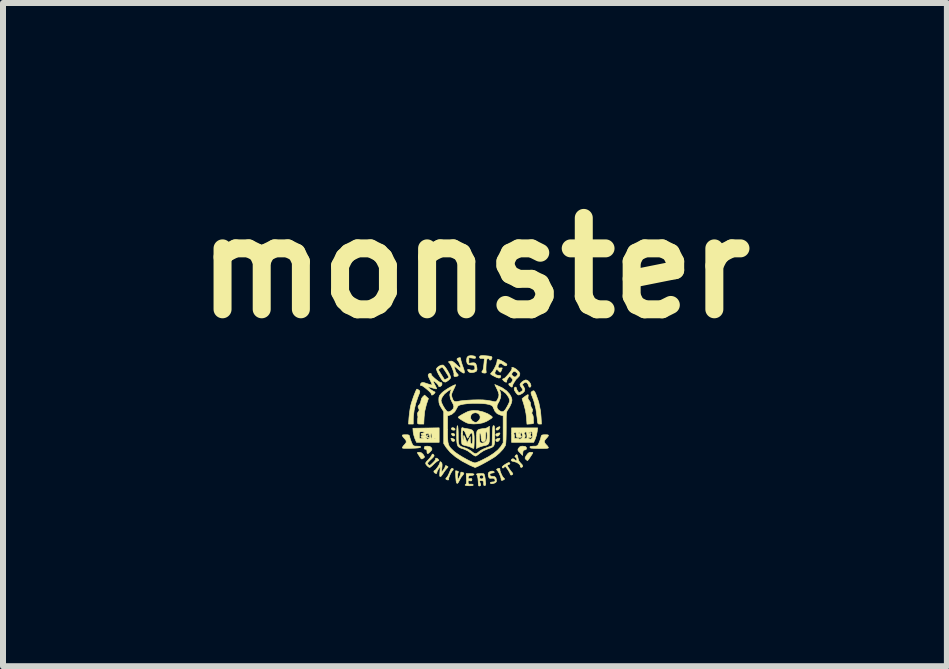
<source format=kicad_pcb>
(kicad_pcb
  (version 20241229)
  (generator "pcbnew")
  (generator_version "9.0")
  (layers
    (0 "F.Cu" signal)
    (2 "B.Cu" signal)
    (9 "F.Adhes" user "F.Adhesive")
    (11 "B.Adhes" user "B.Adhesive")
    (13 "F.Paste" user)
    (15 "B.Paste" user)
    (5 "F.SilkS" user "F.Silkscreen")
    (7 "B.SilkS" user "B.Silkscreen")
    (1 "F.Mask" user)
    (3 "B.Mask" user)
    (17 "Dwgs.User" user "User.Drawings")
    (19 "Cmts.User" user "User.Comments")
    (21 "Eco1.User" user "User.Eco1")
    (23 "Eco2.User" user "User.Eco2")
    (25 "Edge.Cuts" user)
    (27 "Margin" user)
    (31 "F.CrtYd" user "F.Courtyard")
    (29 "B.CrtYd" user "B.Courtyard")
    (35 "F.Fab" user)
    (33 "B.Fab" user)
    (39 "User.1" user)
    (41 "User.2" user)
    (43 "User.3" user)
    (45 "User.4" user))
  (footprint "monster"
    (layer "F.Cu")
    (at 5.124 4.212)
    (property "Reference" "monster" (at -0.254 -2.794 0) (layer "F.SilkS") (effects (font (size 1.524 1.524) (thickness 0.3))))
    (attr through_hole)
    (fp_poly (pts (xy -1.033 -0.008) (xy -1.035 -0.001) (xy -1.041 0) (xy -1.052 -0.005) (xy -1.05 -0.008) (xy -1.035 -0.01) (xy -1.033 -0.008)) (stroke (width 0.01) (type solid)) (fill yes) (layer "F.SilkS"))
    (fp_poly (pts (xy -0.597 -0.026) (xy -0.591 -0.014) (xy -0.599 0.006) (xy -0.619 0.007) (xy -0.632 -0.002) (xy -0.647 -0.024) (xy -0.639 -0.036) (xy -0.619 -0.036) (xy -0.597 -0.026)) (stroke (width 0.01) (type solid)) (fill yes) (layer "F.SilkS"))
    (fp_poly (pts (xy -0.593 -0.119) (xy -0.585 -0.104) (xy -0.594 -0.091) (xy -0.607 -0.089) (xy -0.632 -0.093) (xy -0.639 -0.097) (xy -0.649 -0.117) (xy -0.637 -0.13) (xy -0.616 -0.13) (xy -0.593 -0.119)) (stroke (width 0.01) (type solid)) (fill yes) (layer "F.SilkS"))
    (fp_poly (pts (xy 0.163 -0.137) (xy 0.152 -0.113) (xy 0.132 -0.093) (xy 0.109 -0.09) (xy 0.096 -0.1) (xy 0.099 -0.117) (xy 0.122 -0.134) (xy 0.143 -0.144) (xy 0.161 -0.147) (xy 0.163 -0.137)) (stroke (width 0.01) (type solid)) (fill yes) (layer "F.SilkS"))
    (fp_poly (pts (xy 0.163 -0.036) (xy 0.152 -0.012) (xy 0.132 0.009) (xy 0.109 0.011) (xy 0.095 0) (xy 0.093 -0.021) (xy 0.115 -0.036) (xy 0.133 -0.041) (xy 0.158 -0.044) (xy 0.163 -0.036)) (stroke (width 0.01) (type solid)) (fill yes) (layer "F.SilkS"))
    (fp_poly (pts (xy 0.163 0.053) (xy 0.152 0.077) (xy 0.132 0.098) (xy 0.109 0.1) (xy 0.095 0.089) (xy 0.093 0.068) (xy 0.115 0.053) (xy 0.133 0.048) (xy 0.158 0.045) (xy 0.163 0.053)) (stroke (width 0.01) (type solid)) (fill yes) (layer "F.SilkS"))
    (fp_poly (pts (xy -0.626 0.05) (xy -0.626 0.05) (xy -0.6 0.063) (xy -0.591 0.081) (xy -0.602 0.095) (xy -0.613 0.099) (xy -0.635 0.093) (xy -0.643 0.08) (xy -0.652 0.057) (xy -0.656 0.049) (xy -0.649 0.045) (xy -0.626 0.05)) (stroke (width 0.01) (type solid)) (fill yes) (layer "F.SilkS"))
    (fp_poly (pts (xy -1.15 0.287) (xy -1.121 0.312) (xy -1.116 0.319) (xy -1.099 0.346) (xy -1.096 0.361) (xy -1.106 0.372) (xy -1.112 0.376) (xy -1.136 0.391) (xy -1.151 0.388) (xy -1.167 0.365) (xy -1.189 0.331) (xy -1.204 0.308) (xy -1.215 0.288) (xy -1.208 0.281) (xy -1.183 0.279) (xy -1.15 0.287)) (stroke (width 0.01) (type solid)) (fill yes) (layer "F.SilkS"))
    (fp_poly (pts (xy 0.585 0.183) (xy 0.602 0.198) (xy 0.604 0.226) (xy 0.584 0.24) (xy 0.572 0.241) (xy 0.554 0.248) (xy 0.545 0.272) (xy 0.544 0.287) (xy 0.54 0.332) (xy 0.497 0.287) (xy 0.471 0.26) (xy 0.462 0.242) (xy 0.465 0.226) (xy 0.475 0.21) (xy 0.496 0.187) (xy 0.527 0.178) (xy 0.545 0.178) (xy 0.585 0.183)) (stroke (width 0.01) (type solid)) (fill yes) (layer "F.SilkS"))
    (fp_poly (pts (xy 0.701 0.281) (xy 0.711 0.286) (xy 0.705 0.3) (xy 0.688 0.327) (xy 0.667 0.359) (xy 0.646 0.39) (xy 0.629 0.412) (xy 0.622 0.419) (xy 0.609 0.411) (xy 0.594 0.398) (xy 0.583 0.384) (xy 0.583 0.368) (xy 0.596 0.344) (xy 0.606 0.328) (xy 0.632 0.296) (xy 0.657 0.281) (xy 0.675 0.279) (xy 0.701 0.281)) (stroke (width 0.01) (type solid)) (fill yes) (layer "F.SilkS"))
    (fp_poly (pts (xy -1.005 0.183) (xy -0.982 0.202) (xy -0.98 0.205) (xy -0.971 0.224) (xy -0.976 0.242) (xy -0.998 0.267) (xy -0.998 0.268) (xy -1.028 0.296) (xy -1.045 0.302) (xy -1.053 0.288) (xy -1.054 0.267) (xy -1.058 0.239) (xy -1.073 0.229) (xy -1.081 0.229) (xy -1.1 0.223) (xy -1.1 0.209) (xy -1.093 0.188) (xy -1.092 0.183) (xy -1.081 0.18) (xy -1.053 0.178) (xy -1.044 0.178) (xy -1.005 0.183)) (stroke (width 0.01) (type solid)) (fill yes) (layer "F.SilkS"))
    (fp_poly (pts (xy -0.622 0.551) (xy -0.616 0.558) (xy -0.618 0.574) (xy -0.622 0.578) (xy -0.637 0.594) (xy -0.655 0.624) (xy -0.673 0.66) (xy -0.687 0.694) (xy -0.693 0.718) (xy -0.692 0.723) (xy -0.692 0.738) (xy -0.707 0.742) (xy -0.727 0.735) (xy -0.741 0.725) (xy -0.737 0.712) (xy -0.724 0.699) (xy -0.706 0.673) (xy -0.687 0.634) (xy -0.677 0.61) (xy -0.658 0.567) (xy -0.639 0.547) (xy -0.622 0.551)) (stroke (width 0.01) (type solid)) (fill yes) (layer "F.SilkS"))
    (fp_poly (pts (xy 0.159 0.55) (xy 0.162 0.562) (xy 0.163 0.585) (xy 0.175 0.62) (xy 0.192 0.659) (xy 0.211 0.692) (xy 0.226 0.709) (xy 0.24 0.723) (xy 0.233 0.734) (xy 0.229 0.737) (xy 0.202 0.748) (xy 0.184 0.746) (xy 0.182 0.732) (xy 0.18 0.711) (xy 0.169 0.677) (xy 0.153 0.638) (xy 0.134 0.603) (xy 0.118 0.58) (xy 0.114 0.578) (xy 0.106 0.567) (xy 0.116 0.557) (xy 0.141 0.547) (xy 0.159 0.55)) (stroke (width 0.01) (type solid)) (fill yes) (layer "F.SilkS"))
    (fp_poly (pts (xy 0.73 -0.744) (xy 0.745 -0.725) (xy 0.762 -0.689) (xy 0.809 -0.556) (xy 0.839 -0.408) (xy 0.847 -0.321) (xy 0.855 -0.191) (xy 0.823 -0.191) (xy 0.807 -0.192) (xy 0.797 -0.199) (xy 0.79 -0.218) (xy 0.786 -0.252) (xy 0.782 -0.295) (xy 0.762 -0.443) (xy 0.728 -0.575) (xy 0.705 -0.638) (xy 0.688 -0.68) (xy 0.681 -0.706) (xy 0.682 -0.721) (xy 0.692 -0.731) (xy 0.694 -0.733) (xy 0.715 -0.746) (xy 0.73 -0.744)) (stroke (width 0.01) (type solid)) (fill yes) (layer "F.SilkS"))
    (fp_poly (pts (xy -1.206 -0.767) (xy -1.189 -0.756) (xy -1.178 -0.746) (xy -1.174 -0.733) (xy -1.177 -0.713) (xy -1.19 -0.68) (xy -1.204 -0.645) (xy -1.241 -0.537) (xy -1.268 -0.423) (xy -1.281 -0.314) (xy -1.283 -0.274) (xy -1.283 -0.191) (xy -1.362 -0.191) (xy -1.354 -0.302) (xy -1.347 -0.366) (xy -1.338 -0.432) (xy -1.328 -0.489) (xy -1.326 -0.495) (xy -1.315 -0.54) (xy -1.298 -0.591) (xy -1.28 -0.645) (xy -1.26 -0.696) (xy -1.243 -0.738) (xy -1.229 -0.766) (xy -1.221 -0.774) (xy -1.206 -0.767)) (stroke (width 0.01) (type solid)) (fill yes) (layer "F.SilkS"))
    (fp_poly (pts (xy -1.062 -0.645) (xy -1.03 -0.616) (xy -1.063 -0.521) (xy -1.091 -0.408) (xy -1.102 -0.308) (xy -1.108 -0.191) (xy -1.161 -0.191) (xy -1.194 -0.192) (xy -1.209 -0.199) (xy -1.212 -0.22) (xy -1.212 -0.238) (xy -1.21 -0.273) (xy -1.207 -0.296) (xy -1.206 -0.298) (xy -1.206 -0.319) (xy -1.211 -0.341) (xy -1.213 -0.373) (xy -1.199 -0.395) (xy -1.185 -0.416) (xy -1.187 -0.438) (xy -1.194 -0.451) (xy -1.204 -0.476) (xy -1.198 -0.495) (xy -1.183 -0.512) (xy -1.163 -0.545) (xy -1.155 -0.579) (xy -1.144 -0.619) (xy -1.125 -0.645) (xy -1.094 -0.674) (xy -1.062 -0.645)) (stroke (width 0.01) (type solid)) (fill yes) (layer "F.SilkS"))
    (fp_poly (pts (xy 0.33 0.467) (xy 0.318 0.481) (xy 0.304 0.486) (xy 0.289 0.492) (xy 0.286 0.501) (xy 0.295 0.52) (xy 0.313 0.548) (xy 0.337 0.583) (xy 0.358 0.61) (xy 0.366 0.618) (xy 0.377 0.637) (xy 0.375 0.647) (xy 0.358 0.659) (xy 0.341 0.657) (xy 0.334 0.644) (xy 0.328 0.625) (xy 0.31 0.593) (xy 0.292 0.565) (xy 0.268 0.532) (xy 0.253 0.517) (xy 0.243 0.517) (xy 0.233 0.528) (xy 0.215 0.543) (xy 0.202 0.537) (xy 0.2 0.524) (xy 0.218 0.504) (xy 0.247 0.483) (xy 0.281 0.463) (xy 0.307 0.451) (xy 0.318 0.451) (xy 0.33 0.467)) (stroke (width 0.01) (type solid)) (fill yes) (layer "F.SilkS"))
    (fp_poly (pts (xy -0.566 0.589) (xy -0.548 0.593) (xy -0.529 0.602) (xy -0.533 0.615) (xy -0.534 0.617) (xy -0.542 0.639) (xy -0.544 0.675) (xy -0.544 0.688) (xy -0.54 0.743) (xy -0.513 0.692) (xy -0.498 0.658) (xy -0.491 0.632) (xy -0.492 0.625) (xy -0.488 0.612) (xy -0.47 0.611) (xy -0.447 0.621) (xy -0.439 0.632) (xy -0.448 0.65) (xy -0.46 0.665) (xy -0.486 0.698) (xy -0.51 0.74) (xy -0.514 0.749) (xy -0.534 0.786) (xy -0.55 0.8) (xy -0.562 0.789) (xy -0.569 0.754) (xy -0.574 0.695) (xy -0.576 0.647) (xy -0.577 0.61) (xy -0.577 0.59) (xy -0.577 0.588) (xy -0.566 0.589)) (stroke (width 0.01) (type solid)) (fill yes) (layer "F.SilkS"))
    (fp_poly (pts (xy -1.374 -0.012) (xy -1.355 -0.006) (xy -1.345 0.01) (xy -1.342 0.027) (xy -1.331 0.063) (xy -1.315 0.107) (xy -1.309 0.122) (xy -1.293 0.155) (xy -1.278 0.171) (xy -1.255 0.177) (xy -1.219 0.178) (xy -1.178 0.18) (xy -1.16 0.187) (xy -1.159 0.194) (xy -1.171 0.201) (xy -1.202 0.207) (xy -1.254 0.211) (xy -1.319 0.213) (xy -1.384 0.214) (xy -1.427 0.214) (xy -1.453 0.212) (xy -1.464 0.208) (xy -1.465 0.201) (xy -1.462 0.194) (xy -1.444 0.168) (xy -1.424 0.147) (xy -1.4 0.115) (xy -1.403 0.083) (xy -1.424 0.056) (xy -1.448 0.03) (xy -1.462 0.01) (xy -1.467 -0.004) (xy -1.458 -0.01) (xy -1.431 -0.013) (xy -1.412 -0.013) (xy -1.374 -0.012)) (stroke (width 0.01) (type solid)) (fill yes) (layer "F.SilkS"))
    (fp_poly (pts (xy 0.45 0.324) (xy 0.459 0.351) (xy 0.463 0.374) (xy 0.477 0.423) (xy 0.506 0.46) (xy 0.51 0.463) (xy 0.535 0.491) (xy 0.542 0.513) (xy 0.541 0.515) (xy 0.526 0.532) (xy 0.507 0.527) (xy 0.502 0.521) (xy 0.5 0.509) (xy 0.503 0.508) (xy 0.502 0.5) (xy 0.487 0.481) (xy 0.482 0.476) (xy 0.446 0.45) (xy 0.404 0.436) (xy 0.364 0.427) (xy 0.349 0.415) (xy 0.356 0.399) (xy 0.362 0.394) (xy 0.38 0.386) (xy 0.4 0.398) (xy 0.401 0.399) (xy 0.422 0.415) (xy 0.433 0.419) (xy 0.443 0.41) (xy 0.443 0.39) (xy 0.434 0.37) (xy 0.424 0.363) (xy 0.411 0.353) (xy 0.419 0.337) (xy 0.419 0.336) (xy 0.437 0.32) (xy 0.45 0.324)) (stroke (width 0.01) (type solid)) (fill yes) (layer "F.SilkS"))
    (fp_poly (pts (xy 0.635 -0.673) (xy 0.631 -0.649) (xy 0.629 -0.615) (xy 0.645 -0.59) (xy 0.648 -0.587) (xy 0.669 -0.554) (xy 0.673 -0.522) (xy 0.679 -0.485) (xy 0.694 -0.456) (xy 0.694 -0.455) (xy 0.708 -0.432) (xy 0.703 -0.406) (xy 0.701 -0.4) (xy 0.693 -0.373) (xy 0.703 -0.353) (xy 0.704 -0.352) (xy 0.715 -0.328) (xy 0.72 -0.293) (xy 0.72 -0.285) (xy 0.72 -0.247) (xy 0.724 -0.219) (xy 0.724 -0.216) (xy 0.722 -0.203) (xy 0.703 -0.196) (xy 0.672 -0.193) (xy 0.613 -0.189) (xy 0.605 -0.297) (xy 0.597 -0.365) (xy 0.582 -0.441) (xy 0.564 -0.508) (xy 0.564 -0.51) (xy 0.531 -0.614) (xy 0.561 -0.638) (xy 0.591 -0.66) (xy 0.615 -0.675) (xy 0.631 -0.682) (xy 0.635 -0.673)) (stroke (width 0.01) (type solid)) (fill yes) (layer "F.SilkS"))
    (fp_poly (pts (xy 0.953 -0.012) (xy 0.969 -0.007) (xy 0.97 0.003) (xy 0.967 0.01) (xy 0.948 0.035) (xy 0.928 0.056) (xy 0.909 0.081) (xy 0.902 0.102) (xy 0.911 0.126) (xy 0.928 0.147) (xy 0.953 0.173) (xy 0.967 0.194) (xy 0.97 0.203) (xy 0.966 0.209) (xy 0.949 0.213) (xy 0.917 0.215) (xy 0.866 0.216) (xy 0.828 0.216) (xy 0.769 0.215) (xy 0.719 0.213) (xy 0.684 0.211) (xy 0.669 0.207) (xy 0.661 0.191) (xy 0.675 0.182) (xy 0.713 0.178) (xy 0.725 0.178) (xy 0.763 0.177) (xy 0.785 0.17) (xy 0.8 0.151) (xy 0.814 0.122) (xy 0.831 0.079) (xy 0.844 0.038) (xy 0.846 0.027) (xy 0.853 0.003) (xy 0.865 -0.008) (xy 0.89 -0.012) (xy 0.916 -0.013) (xy 0.953 -0.012)) (stroke (width 0.01) (type solid)) (fill yes) (layer "F.SilkS"))
    (fp_poly (pts (xy 0.059 0.599) (xy 0.064 0.604) (xy 0.068 0.616) (xy 0.052 0.622) (xy 0.036 0.625) (xy 0.006 0.631) (xy -0.006 0.647) (xy -0.006 0.654) (xy -0.001 0.672) (xy 0.02 0.679) (xy 0.034 0.679) (xy 0.074 0.685) (xy 0.095 0.705) (xy 0.104 0.742) (xy 0.103 0.77) (xy 0.086 0.787) (xy 0.07 0.794) (xy 0.039 0.803) (xy 0.016 0.804) (xy 0.016 0.804) (xy 0.000251 0.792) (xy 0.006 0.781) (xy 0.03 0.775) (xy 0.036 0.775) (xy 0.069 0.772) (xy 0.082 0.759) (xy 0.079 0.735) (xy 0.065 0.715) (xy 0.04 0.712) (xy 0.009 0.713) (xy -0.009 0.713) (xy -0.022 0.7) (xy -0.031 0.673) (xy -0.034 0.643) (xy -0.027 0.619) (xy -0.026 0.617) (xy -0.001 0.6) (xy 0.032 0.593) (xy 0.059 0.599)) (stroke (width 0.01) (type solid)) (fill yes) (layer "F.SilkS"))
    (fp_poly (pts (xy -0.332 0.635) (xy -0.291 0.637) (xy -0.272 0.643) (xy -0.27 0.651) (xy -0.285 0.662) (xy -0.315 0.667) (xy -0.319 0.667) (xy -0.349 0.67) (xy -0.363 0.683) (xy -0.366 0.697) (xy -0.366 0.718) (xy -0.353 0.722) (xy -0.338 0.719) (xy -0.314 0.716) (xy -0.305 0.728) (xy -0.305 0.737) (xy -0.309 0.755) (xy -0.327 0.757) (xy -0.337 0.755) (xy -0.36 0.752) (xy -0.368 0.765) (xy -0.368 0.781) (xy -0.365 0.804) (xy -0.352 0.812) (xy -0.328 0.811) (xy -0.297 0.812) (xy -0.283 0.822) (xy -0.287 0.832) (xy -0.312 0.837) (xy -0.348 0.838) (xy -0.387 0.836) (xy -0.413 0.831) (xy -0.419 0.826) (xy -0.409 0.813) (xy -0.405 0.813) (xy -0.398 0.801) (xy -0.395 0.764) (xy -0.396 0.724) (xy -0.4 0.635) (xy -0.332 0.635)) (stroke (width 0.01) (type solid)) (fill yes) (layer "F.SilkS"))
    (fp_poly (pts (xy -0.303 -1.331) (xy -0.264 -1.325) (xy -0.246 -1.312) (xy -0.244 -1.305) (xy -0.244 -1.292) (xy -0.257 -1.287) (xy -0.287 -1.289) (xy -0.298 -1.291) (xy -0.356 -1.299) (xy -0.356 -1.203) (xy -0.306 -1.211) (xy -0.269 -1.213) (xy -0.245 -1.203) (xy -0.231 -1.174) (xy -0.223 -1.136) (xy -0.22 -1.096) (xy -0.232 -1.071) (xy -0.261 -1.057) (xy -0.294 -1.05) (xy -0.331 -1.049) (xy -0.356 -1.061) (xy -0.363 -1.068) (xy -0.377 -1.091) (xy -0.372 -1.104) (xy -0.351 -1.101) (xy -0.345 -1.098) (xy -0.317 -1.09) (xy -0.288 -1.09) (xy -0.264 -1.096) (xy -0.256 -1.112) (xy -0.256 -1.134) (xy -0.261 -1.16) (xy -0.272 -1.171) (xy -0.298 -1.175) (xy -0.315 -1.175) (xy -0.357 -1.18) (xy -0.382 -1.197) (xy -0.392 -1.231) (xy -0.394 -1.259) (xy -0.387 -1.3) (xy -0.367 -1.324) (xy -0.328 -1.332) (xy -0.303 -1.331)) (stroke (width 0.01) (type solid)) (fill yes) (layer "F.SilkS"))
    (fp_poly (pts (xy -0.075 -1.33) (xy -0.031 -1.326) (xy 0.007 -1.32) (xy 0.025 -1.313) (xy 0.03 -1.3) (xy 0.028 -1.288) (xy 0.018 -1.267) (xy 0.002 -1.257) (xy -0.01 -1.26) (xy -0.013 -1.27) (xy -0.023 -1.281) (xy -0.036 -1.283) (xy -0.049 -1.279) (xy -0.057 -1.265) (xy -0.063 -1.236) (xy -0.068 -1.19) (xy -0.07 -1.141) (xy -0.071 -1.097) (xy -0.068 -1.07) (xy -0.068 -1.07) (xy -0.066 -1.05) (xy -0.079 -1.042) (xy -0.1 -1.041) (xy -0.131 -1.047) (xy -0.14 -1.06) (xy -0.133 -1.077) (xy -0.128 -1.079) (xy -0.121 -1.091) (xy -0.114 -1.121) (xy -0.108 -1.164) (xy -0.108 -1.165) (xy -0.103 -1.212) (xy -0.1 -1.25) (xy -0.097 -1.27) (xy -0.103 -1.283) (xy -0.128 -1.286) (xy -0.137 -1.286) (xy -0.165 -1.286) (xy -0.177 -1.297) (xy -0.178 -1.308) (xy -0.173 -1.323) (xy -0.157 -1.331) (xy -0.125 -1.334) (xy -0.075 -1.33)) (stroke (width 0.01) (type solid)) (fill yes) (layer "F.SilkS"))
    (fp_poly (pts (xy -0.954 0.311) (xy -0.944 0.32) (xy -0.936 0.332) (xy -0.938 0.345) (xy -0.953 0.365) (xy -0.985 0.396) (xy -0.99 0.4) (xy -1.023 0.433) (xy -1.041 0.453) (xy -1.045 0.467) (xy -1.038 0.48) (xy -1.033 0.485) (xy -1.02 0.497) (xy -1.008 0.498) (xy -0.99 0.487) (xy -0.961 0.459) (xy -0.957 0.455) (xy -0.929 0.426) (xy -0.912 0.403) (xy -0.909 0.392) (xy -0.911 0.379) (xy -0.898 0.377) (xy -0.879 0.385) (xy -0.87 0.394) (xy -0.856 0.412) (xy -0.86 0.419) (xy -0.865 0.419) (xy -0.883 0.428) (xy -0.912 0.45) (xy -0.94 0.476) (xy -0.971 0.506) (xy -0.997 0.527) (xy -1.01 0.533) (xy -1.028 0.525) (xy -1.052 0.504) (xy -1.052 0.504) (xy -1.072 0.479) (xy -1.077 0.459) (xy -1.064 0.437) (xy -1.034 0.406) (xy -1.004 0.373) (xy -0.982 0.342) (xy -0.976 0.331) (xy -0.966 0.31) (xy -0.954 0.311)) (stroke (width 0.01) (type solid)) (fill yes) (layer "F.SilkS"))
    (fp_poly (pts (xy -0.784 -1.174) (xy -0.765 -1.158) (xy -0.74 -1.127) (xy -0.714 -1.086) (xy -0.689 -1.042) (xy -0.67 -1.002) (xy -0.66 -0.972) (xy -0.66 -0.961) (xy -0.673 -0.943) (xy -0.698 -0.92) (xy -0.725 -0.901) (xy -0.746 -0.891) (xy -0.749 -0.891) (xy -0.766 -0.895) (xy -0.775 -0.897) (xy -0.792 -0.911) (xy -0.815 -0.942) (xy -0.84 -0.983) (xy -0.865 -1.027) (xy -0.885 -1.069) (xy -0.894 -1.098) (xy -0.866 -1.098) (xy -0.813 -1.013) (xy -0.76 -0.928) (xy -0.722 -0.947) (xy -0.698 -0.962) (xy -0.689 -0.974) (xy -0.69 -0.975) (xy -0.71 -1.011) (xy -0.735 -1.051) (xy -0.76 -1.09) (xy -0.782 -1.122) (xy -0.797 -1.14) (xy -0.8 -1.143) (xy -0.816 -1.136) (xy -0.838 -1.12) (xy -0.866 -1.098) (xy -0.894 -1.098) (xy -0.896 -1.101) (xy -0.896 -1.114) (xy -0.879 -1.137) (xy -0.848 -1.159) (xy -0.813 -1.173) (xy -0.785 -1.175) (xy -0.784 -1.174)) (stroke (width 0.01) (type solid)) (fill yes) (layer "F.SilkS"))
    (fp_poly (pts (xy -0.822 0.442) (xy -0.818 0.446) (xy -0.806 0.461) (xy -0.802 0.485) (xy -0.804 0.525) (xy -0.806 0.539) (xy -0.814 0.616) (xy -0.782 0.578) (xy -0.761 0.547) (xy -0.75 0.521) (xy -0.75 0.517) (xy -0.746 0.502) (xy -0.731 0.505) (xy -0.723 0.509) (xy -0.704 0.52) (xy -0.706 0.531) (xy -0.721 0.546) (xy -0.742 0.57) (xy -0.768 0.605) (xy -0.782 0.627) (xy -0.807 0.664) (xy -0.822 0.682) (xy -0.834 0.684) (xy -0.84 0.68) (xy -0.842 0.665) (xy -0.841 0.633) (xy -0.838 0.596) (xy -0.831 0.518) (xy -0.86 0.554) (xy -0.879 0.584) (xy -0.889 0.61) (xy -0.889 0.613) (xy -0.891 0.631) (xy -0.903 0.633) (xy -0.92 0.627) (xy -0.935 0.614) (xy -0.94 0.596) (xy -0.931 0.585) (xy -0.928 0.584) (xy -0.913 0.574) (xy -0.892 0.549) (xy -0.869 0.516) (xy -0.85 0.483) (xy -0.839 0.456) (xy -0.838 0.45) (xy -0.835 0.436) (xy -0.822 0.442)) (stroke (width 0.01) (type solid)) (fill yes) (layer "F.SilkS"))
    (fp_poly (pts (xy -0.2 -0.413) (xy -0.117 -0.393) (xy -0.039 -0.362) (xy 0.018 -0.325) (xy 0.035 -0.309) (xy 0.032 -0.297) (xy 0.018 -0.285) (xy -0.007 -0.269) (xy -0.044 -0.246) (xy -0.07 -0.232) (xy -0.129 -0.21) (xy -0.2 -0.197) (xy -0.275 -0.193) (xy -0.344 -0.198) (xy -0.383 -0.208) (xy -0.417 -0.224) (xy -0.456 -0.246) (xy -0.493 -0.269) (xy -0.521 -0.289) (xy -0.533 -0.303) (xy -0.533 -0.304) (xy -0.524 -0.314) (xy -0.328 -0.314) (xy -0.323 -0.278) (xy -0.301 -0.246) (xy -0.267 -0.225) (xy -0.244 -0.218) (xy -0.227 -0.222) (xy -0.204 -0.238) (xy -0.199 -0.242) (xy -0.172 -0.276) (xy -0.167 -0.313) (xy -0.18 -0.348) (xy -0.209 -0.372) (xy -0.248 -0.381) (xy -0.29 -0.371) (xy -0.317 -0.347) (xy -0.328 -0.314) (xy -0.524 -0.314) (xy -0.523 -0.315) (xy -0.496 -0.334) (xy -0.458 -0.356) (xy -0.416 -0.378) (xy -0.377 -0.397) (xy -0.351 -0.407) (xy -0.281 -0.418) (xy -0.2 -0.413)) (stroke (width 0.01) (type solid)) (fill yes) (layer "F.SilkS"))
    (fp_poly (pts (xy 0.625 -0.917) (xy 0.653 -0.891) (xy 0.673 -0.859) (xy 0.68 -0.829) (xy 0.678 -0.821) (xy 0.664 -0.804) (xy 0.649 -0.81) (xy 0.64 -0.83) (xy 0.629 -0.86) (xy 0.608 -0.883) (xy 0.592 -0.889) (xy 0.571 -0.881) (xy 0.554 -0.87) (xy 0.54 -0.857) (xy 0.539 -0.844) (xy 0.553 -0.822) (xy 0.558 -0.814) (xy 0.577 -0.775) (xy 0.573 -0.741) (xy 0.545 -0.71) (xy 0.528 -0.699) (xy 0.493 -0.68) (xy 0.469 -0.676) (xy 0.448 -0.691) (xy 0.426 -0.718) (xy 0.402 -0.758) (xy 0.4 -0.788) (xy 0.414 -0.807) (xy 0.43 -0.806) (xy 0.438 -0.788) (xy 0.438 -0.786) (xy 0.445 -0.763) (xy 0.459 -0.739) (xy 0.475 -0.719) (xy 0.49 -0.717) (xy 0.513 -0.731) (xy 0.538 -0.749) (xy 0.543 -0.764) (xy 0.531 -0.786) (xy 0.521 -0.8) (xy 0.503 -0.827) (xy 0.496 -0.847) (xy 0.496 -0.847) (xy 0.506 -0.87) (xy 0.531 -0.895) (xy 0.562 -0.916) (xy 0.592 -0.927) (xy 0.597 -0.927) (xy 0.625 -0.917)) (stroke (width 0.01) (type solid)) (fill yes) (layer "F.SilkS"))
    (fp_poly (pts (xy -0.115 0.636) (xy -0.106 0.639) (xy -0.097 0.655) (xy -0.089 0.689) (xy -0.085 0.714) (xy -0.08 0.757) (xy -0.076 0.793) (xy -0.074 0.806) (xy -0.079 0.829) (xy -0.091 0.835) (xy -0.105 0.833) (xy -0.11 0.813) (xy -0.11 0.798) (xy -0.111 0.768) (xy -0.123 0.756) (xy -0.145 0.751) (xy -0.168 0.751) (xy -0.176 0.761) (xy -0.171 0.785) (xy -0.159 0.814) (xy -0.161 0.834) (xy -0.174 0.841) (xy -0.187 0.842) (xy -0.195 0.832) (xy -0.198 0.806) (xy -0.2 0.765) (xy -0.204 0.719) (xy -0.209 0.692) (xy -0.178 0.692) (xy -0.173 0.716) (xy -0.152 0.724) (xy -0.146 0.724) (xy -0.122 0.719) (xy -0.114 0.698) (xy -0.114 0.692) (xy -0.12 0.668) (xy -0.14 0.661) (xy -0.146 0.66) (xy -0.17 0.666) (xy -0.178 0.686) (xy -0.178 0.692) (xy -0.209 0.692) (xy -0.21 0.683) (xy -0.217 0.665) (xy -0.228 0.648) (xy -0.227 0.642) (xy -0.21 0.637) (xy -0.179 0.634) (xy -0.143 0.634) (xy -0.115 0.636)) (stroke (width 0.01) (type solid)) (fill yes) (layer "F.SilkS"))
    (fp_poly (pts (xy 0.149 -1.264) (xy 0.183 -1.249) (xy 0.219 -1.23) (xy 0.253 -1.209) (xy 0.275 -1.192) (xy 0.279 -1.184) (xy 0.271 -1.165) (xy 0.249 -1.162) (xy 0.223 -1.175) (xy 0.217 -1.18) (xy 0.185 -1.203) (xy 0.158 -1.201) (xy 0.137 -1.174) (xy 0.137 -1.174) (xy 0.131 -1.143) (xy 0.145 -1.126) (xy 0.177 -1.127) (xy 0.181 -1.127) (xy 0.199 -1.128) (xy 0.199 -1.116) (xy 0.187 -1.089) (xy 0.183 -1.076) (xy 0.172 -1.057) (xy 0.157 -1.059) (xy 0.134 -1.082) (xy 0.117 -1.1) (xy 0.105 -1.1) (xy 0.094 -1.086) (xy 0.077 -1.05) (xy 0.083 -1.023) (xy 0.111 -1.007) (xy 0.143 -1.002) (xy 0.163 -1.001) (xy 0.175 -0.995) (xy 0.176 -0.982) (xy 0.165 -0.962) (xy 0.143 -0.958) (xy 0.106 -0.969) (xy 0.065 -0.989) (xy 0.028 -1.009) (xy 0.01 -1.022) (xy 0.007 -1.032) (xy 0.018 -1.045) (xy 0.022 -1.049) (xy 0.047 -1.079) (xy 0.072 -1.123) (xy 0.095 -1.171) (xy 0.11 -1.214) (xy 0.114 -1.238) (xy 0.118 -1.262) (xy 0.127 -1.27) (xy 0.149 -1.264)) (stroke (width 0.01) (type solid)) (fill yes) (layer "F.SilkS"))
    (fp_poly (pts (xy -0.495 -1.295) (xy -0.492 -1.276) (xy -0.489 -1.253) (xy -0.478 -1.214) (xy -0.462 -1.165) (xy -0.456 -1.15) (xy -0.436 -1.092) (xy -0.429 -1.056) (xy -0.436 -1.04) (xy -0.457 -1.045) (xy -0.493 -1.07) (xy -0.531 -1.103) (xy -0.567 -1.133) (xy -0.593 -1.152) (xy -0.606 -1.158) (xy -0.606 -1.156) (xy -0.597 -1.132) (xy -0.585 -1.096) (xy -0.583 -1.088) (xy -0.569 -1.055) (xy -0.554 -1.035) (xy -0.55 -1.032) (xy -0.537 -1.019) (xy -0.534 -1.001) (xy -0.543 -0.991) (xy -0.545 -0.991) (xy -0.567 -0.986) (xy -0.576 -0.983) (xy -0.596 -0.984) (xy -0.603 -0.99) (xy -0.606 -1.011) (xy -0.604 -1.015) (xy -0.604 -1.034) (xy -0.613 -1.068) (xy -0.628 -1.11) (xy -0.646 -1.152) (xy -0.664 -1.189) (xy -0.68 -1.211) (xy -0.683 -1.214) (xy -0.696 -1.226) (xy -0.689 -1.233) (xy -0.669 -1.239) (xy -0.645 -1.241) (xy -0.623 -1.233) (xy -0.594 -1.211) (xy -0.58 -1.198) (xy -0.536 -1.157) (xy -0.509 -1.134) (xy -0.495 -1.126) (xy -0.492 -1.134) (xy -0.497 -1.158) (xy -0.504 -1.177) (xy -0.519 -1.216) (xy -0.536 -1.245) (xy -0.544 -1.254) (xy -0.555 -1.273) (xy -0.543 -1.288) (xy -0.514 -1.298) (xy -0.495 -1.295)) (stroke (width 0.01) (type solid)) (fill yes) (layer "F.SilkS"))
    (fp_poly (pts (xy -0.013 -0.009) (xy -0.013 0.057) (xy -0.016 0.103) (xy -0.025 0.133) (xy -0.041 0.151) (xy -0.067 0.162) (xy -0.107 0.171) (xy -0.114 0.172) (xy -0.156 0.184) (xy -0.194 0.199) (xy -0.229 0.217) (xy -0.229 0.071) (xy -0.228 0.008) (xy -0.228 0.001) (xy -0.181 0.001) (xy -0.18 0.029) (xy -0.177 0.07) (xy -0.173 0.101) (xy -0.171 0.111) (xy -0.155 0.124) (xy -0.127 0.126) (xy -0.096 0.116) (xy -0.076 0.102) (xy -0.061 0.079) (xy -0.053 0.047) (xy -0.051 0) (xy -0.053 -0.041) (xy -0.058 -0.068) (xy -0.064 -0.076) (xy -0.07 -0.065) (xy -0.075 -0.034) (xy -0.076 0.006) (xy -0.078 0.053) (xy -0.083 0.081) (xy -0.093 0.096) (xy -0.1 0.101) (xy -0.126 0.105) (xy -0.144 0.087) (xy -0.152 0.044) (xy -0.152 0.023) (xy -0.156 -0.019) (xy -0.165 -0.037) (xy -0.168 -0.038) (xy -0.178 -0.029) (xy -0.181 0.001) (xy -0.228 0.001) (xy -0.227 -0.035) (xy -0.223 -0.062) (xy -0.217 -0.079) (xy -0.206 -0.09) (xy -0.2 -0.095) (xy -0.169 -0.107) (xy -0.128 -0.114) (xy -0.121 -0.114) (xy -0.08 -0.119) (xy -0.046 -0.131) (xy -0.041 -0.134) (xy -0.013 -0.154) (xy -0.013 -0.009)) (stroke (width 0.01) (type solid)) (fill yes) (layer "F.SilkS"))
    (fp_poly (pts (xy 0.065 -0.161) (xy 0.071 -0.147) (xy 0.074 -0.118) (xy 0.076 -0.072) (xy 0.076 -0.004) (xy 0.076 -0.002) (xy 0.076 0.071) (xy 0.073 0.123) (xy 0.065 0.159) (xy 0.051 0.182) (xy 0.026 0.199) (xy -0.01 0.213) (xy -0.043 0.224) (xy -0.108 0.252) (xy -0.166 0.29) (xy -0.172 0.295) (xy -0.205 0.321) (xy -0.233 0.339) (xy -0.246 0.343) (xy -0.265 0.335) (xy -0.296 0.315) (xy -0.323 0.293) (xy -0.38 0.253) (xy -0.442 0.225) (xy -0.448 0.224) (xy -0.49 0.21) (xy -0.52 0.195) (xy -0.54 0.175) (xy -0.551 0.144) (xy -0.557 0.099) (xy -0.559 0.035) (xy -0.559 -0.004) (xy -0.558 -0.074) (xy -0.555 -0.125) (xy -0.551 -0.157) (xy -0.546 -0.165) (xy -0.541 -0.153) (xy -0.537 -0.118) (xy -0.534 -0.063) (xy -0.533 -0.007) (xy -0.533 0.064) (xy -0.53 0.114) (xy -0.522 0.148) (xy -0.506 0.17) (xy -0.48 0.186) (xy -0.442 0.2) (xy -0.415 0.208) (xy -0.368 0.228) (xy -0.322 0.256) (xy -0.311 0.265) (xy -0.272 0.294) (xy -0.241 0.303) (xy -0.212 0.29) (xy -0.188 0.27) (xy -0.158 0.248) (xy -0.113 0.225) (xy -0.062 0.204) (xy -0.06 0.203) (xy 0.032 0.171) (xy 0.035 0.003) (xy 0.037 -0.067) (xy 0.04 -0.115) (xy 0.044 -0.145) (xy 0.049 -0.161) (xy 0.057 -0.165) (xy 0.058 -0.165) (xy 0.065 -0.161)) (stroke (width 0.01) (type solid)) (fill yes) (layer "F.SilkS"))
    (fp_poly (pts (xy 0.397 -1.128) (xy 0.429 -1.109) (xy 0.438 -1.103) (xy 0.479 -1.064) (xy 0.495 -1.029) (xy 0.487 -0.994) (xy 0.457 -0.961) (xy 0.433 -0.938) (xy 0.42 -0.922) (xy 0.419 -0.919) (xy 0.411 -0.904) (xy 0.4 -0.889) (xy 0.381 -0.858) (xy 0.375 -0.838) (xy 0.368 -0.812) (xy 0.358 -0.807) (xy 0.336 -0.821) (xy 0.331 -0.825) (xy 0.312 -0.845) (xy 0.31 -0.862) (xy 0.325 -0.872) (xy 0.33 -0.87) (xy 0.343 -0.875) (xy 0.361 -0.896) (xy 0.362 -0.897) (xy 0.375 -0.92) (xy 0.373 -0.937) (xy 0.355 -0.96) (xy 0.354 -0.96) (xy 0.325 -0.991) (xy 0.297 -0.956) (xy 0.28 -0.929) (xy 0.275 -0.907) (xy 0.276 -0.905) (xy 0.275 -0.891) (xy 0.259 -0.89) (xy 0.237 -0.901) (xy 0.222 -0.915) (xy 0.206 -0.934) (xy 0.209 -0.943) (xy 0.225 -0.948) (xy 0.245 -0.96) (xy 0.272 -0.986) (xy 0.302 -1.02) (xy 0.311 -1.031) (xy 0.358 -1.031) (xy 0.363 -1.007) (xy 0.384 -0.987) (xy 0.407 -0.975) (xy 0.424 -0.979) (xy 0.435 -0.988) (xy 0.453 -1.01) (xy 0.457 -1.024) (xy 0.448 -1.043) (xy 0.429 -1.059) (xy 0.407 -1.072) (xy 0.39 -1.068) (xy 0.379 -1.058) (xy 0.358 -1.031) (xy 0.311 -1.031) (xy 0.331 -1.056) (xy 0.352 -1.088) (xy 0.363 -1.111) (xy 0.363 -1.117) (xy 0.359 -1.133) (xy 0.372 -1.136) (xy 0.397 -1.128)) (stroke (width 0.01) (type solid)) (fill yes) (layer "F.SilkS"))
    (fp_poly (pts (xy -0.467 -0.132) (xy -0.446 -0.125) (xy -0.41 -0.117) (xy -0.383 -0.113) (xy -0.337 -0.105) (xy -0.304 -0.092) (xy -0.284 -0.072) (xy -0.273 -0.038) (xy -0.268 0.013) (xy -0.267 0.078) (xy -0.268 0.134) (xy -0.27 0.179) (xy -0.273 0.207) (xy -0.276 0.215) (xy -0.293 0.21) (xy -0.318 0.198) (xy -0.351 0.184) (xy -0.394 0.173) (xy -0.4 0.172) (xy -0.436 0.163) (xy -0.463 0.152) (xy -0.467 0.15) (xy -0.474 0.133) (xy -0.479 0.099) (xy -0.482 0.054) (xy -0.484 0.004) (xy -0.483 -0.037) (xy -0.461 -0.037) (xy -0.459 -0.004) (xy -0.456 0.042) (xy -0.451 0.076) (xy -0.445 0.093) (xy -0.44 0.088) (xy -0.439 0.064) (xy -0.44 0.042) (xy -0.442 0.011) (xy -0.439 -0.001) (xy -0.431 0.009) (xy -0.416 0.041) (xy -0.403 0.076) (xy -0.385 0.121) (xy -0.358 0.07) (xy -0.331 0.019) (xy -0.331 0.079) (xy -0.328 0.118) (xy -0.32 0.137) (xy -0.311 0.14) (xy -0.301 0.134) (xy -0.295 0.115) (xy -0.292 0.078) (xy -0.292 0.052) (xy -0.295 -0.003) (xy -0.303 -0.036) (xy -0.316 -0.045) (xy -0.333 -0.029) (xy -0.35 0.001) (xy -0.365 0.03) (xy -0.376 0.044) (xy -0.379 0.044) (xy -0.386 0.029) (xy -0.398 -0.001) (xy -0.405 -0.022) (xy -0.421 -0.058) (xy -0.437 -0.081) (xy -0.445 -0.086) (xy -0.455 -0.084) (xy -0.46 -0.069) (xy -0.461 -0.037) (xy -0.483 -0.037) (xy -0.483 -0.045) (xy -0.48 -0.088) (xy -0.476 -0.119) (xy -0.469 -0.132) (xy -0.467 -0.132)) (stroke (width 0.01) (type solid)) (fill yes) (layer "F.SilkS"))
    (fp_poly (pts (xy -0.988 -1.034) (xy -0.981 -1.023) (xy -0.984 -1.017) (xy -0.978 -1.004) (xy -0.957 -0.982) (xy -0.927 -0.954) (xy -0.893 -0.926) (xy -0.86 -0.901) (xy -0.835 -0.886) (xy -0.824 -0.883) (xy -0.811 -0.882) (xy -0.804 -0.866) (xy -0.806 -0.844) (xy -0.813 -0.832) (xy -0.835 -0.816) (xy -0.854 -0.815) (xy -0.864 -0.83) (xy -0.864 -0.831) (xy -0.872 -0.848) (xy -0.891 -0.87) (xy -0.916 -0.892) (xy -0.937 -0.907) (xy -0.949 -0.909) (xy -0.947 -0.896) (xy -0.935 -0.867) (xy -0.922 -0.843) (xy -0.904 -0.809) (xy -0.895 -0.785) (xy -0.894 -0.778) (xy -0.909 -0.778) (xy -0.939 -0.786) (xy -0.965 -0.794) (xy -1.002 -0.805) (xy -1.029 -0.81) (xy -1.036 -0.81) (xy -1.031 -0.799) (xy -1.011 -0.781) (xy -0.983 -0.76) (xy -0.954 -0.742) (xy -0.935 -0.732) (xy -0.919 -0.724) (xy -0.921 -0.713) (xy -0.934 -0.698) (xy -0.958 -0.678) (xy -0.975 -0.674) (xy -0.979 -0.679) (xy -0.983 -0.697) (xy -0.983 -0.697) (xy -0.993 -0.712) (xy -1.016 -0.737) (xy -1.048 -0.765) (xy -1.083 -0.794) (xy -1.114 -0.817) (xy -1.136 -0.831) (xy -1.143 -0.832) (xy -1.158 -0.831) (xy -1.163 -0.846) (xy -1.158 -0.865) (xy -1.152 -0.873) (xy -1.139 -0.882) (xy -1.122 -0.884) (xy -1.094 -0.879) (xy -1.053 -0.865) (xy -1.012 -0.852) (xy -0.982 -0.844) (xy -0.969 -0.843) (xy -0.971 -0.856) (xy -0.983 -0.885) (xy -1.002 -0.925) (xy -1.004 -0.928) (xy -1.024 -0.97) (xy -1.034 -0.997) (xy -1.033 -1.013) (xy -1.025 -1.026) (xy -1.006 -1.036) (xy -0.988 -1.034)) (stroke (width 0.01) (type solid)) (fill yes) (layer "F.SilkS"))
    (fp_poly (pts (xy -0.851 0.114) (xy -1.229 0.114) (xy -1.255 0.054) (xy -1.271 0.005) (xy -1.274 -0.006) (xy -1.181 -0.006) (xy -1.181 0.051) (xy -1.133 0.049) (xy -1.106 0.047) (xy -1.104 0.045) (xy -1.121 0.042) (xy -1.146 0.032) (xy -1.156 0.018) (xy -1.144 0.004) (xy -1.121 -0.002) (xy -1.086 -0.004) (xy -1.121 -0.009) (xy -1.135 -0.014) (xy -1.077 -0.014) (xy -1.07 0.000284) (xy -1.054 0.015) (xy -1.022 0.041) (xy -1.054 0.032) (xy -1.075 0.026) (xy -1.076 0.032) (xy -1.068 0.043) (xy -1.047 0.061) (xy -1.028 0.057) (xy -1.017 0.046) (xy -1.009 0.021) (xy -1.012 0.009) (xy -0.992 0.009) (xy -0.986 0.043) (xy -0.984 0.048) (xy -0.977 0.063) (xy -0.972 0.053) (xy -0.972 0.042) (xy -0.936 0.042) (xy -0.934 0.05) (xy -0.927 0.051) (xy -0.917 0.046) (xy -0.919 0.042) (xy -0.934 0.041) (xy -0.936 0.042) (xy -0.972 0.042) (xy -0.971 0.018) (xy -0.972 0.01) (xy -0.975 -0.022) (xy -0.982 -0.038) (xy -0.985 -0.038) (xy -0.992 -0.022) (xy -0.992 0.009) (xy -1.012 0.009) (xy -1.015 -0.005) (xy -1.029 -0.031) (xy -1.046 -0.036) (xy -1.067 -0.025) (xy -1.077 -0.014) (xy -1.135 -0.014) (xy -1.147 -0.018) (xy -1.155 -0.029) (xy -1.144 -0.037) (xy -1.131 -0.038) (xy -1.107 -0.044) (xy -1.099 -0.051) (xy -1.104 -0.059) (xy -1.13 -0.063) (xy -1.136 -0.064) (xy -1.164 -0.062) (xy -1.177 -0.054) (xy -1.181 -0.032) (xy -1.181 -0.006) (xy -1.274 -0.006) (xy -1.283 -0.047) (xy -1.285 -0.064) (xy -1.289 -0.121) (xy -0.851 -0.128) (xy -0.851 0.114)) (stroke (width 0.01) (type solid)) (fill yes) (layer "F.SilkS"))
    (fp_poly (pts (xy 0.783 -0.064) (xy 0.773 -0.011) (xy 0.756 0.043) (xy 0.751 0.057) (xy 0.725 0.114) (xy 0.356 0.114) (xy 0.356 -0.033) (xy 0.391 -0.033) (xy 0.396 -0.024) (xy 0.404 -0.007) (xy 0.403 0.019) (xy 0.401 0.043) (xy 0.412 0.05) (xy 0.434 0.048) (xy 0.462 0.047) (xy 0.478 0.053) (xy 0.495 0.063) (xy 0.52 0.049) (xy 0.525 0.045) (xy 0.537 0.02) (xy 0.536 -0.012) (xy 0.53 -0.029) (xy 0.563 -0.029) (xy 0.57 -0.025) (xy 0.581 -0.015) (xy 0.584 0.007) (xy 0.579 0.03) (xy 0.568 0.042) (xy 0.567 0.047) (xy 0.584 0.05) (xy 0.604 0.048) (xy 0.612 0.038) (xy 0.613 0.013) (xy 0.612 -0.006) (xy 0.609 -0.026) (xy 0.635 -0.026) (xy 0.646 -0.031) (xy 0.652 -0.037) (xy 0.674 -0.048) (xy 0.683 -0.041) (xy 0.675 -0.021) (xy 0.673 -0.019) (xy 0.665 -0.003) (xy 0.672 0) (xy 0.684 0.01) (xy 0.686 0.02) (xy 0.679 0.034) (xy 0.66 0.032) (xy 0.64 0.032) (xy 0.636 0.043) (xy 0.651 0.055) (xy 0.675 0.062) (xy 0.691 0.053) (xy 0.696 0.047) (xy 0.705 0.023) (xy 0.705 -0.007) (xy 0.701 -0.037) (xy 0.699 -0.055) (xy 0.689 -0.063) (xy 0.668 -0.06) (xy 0.647 -0.05) (xy 0.637 -0.038) (xy 0.635 -0.026) (xy 0.609 -0.026) (xy 0.606 -0.046) (xy 0.597 -0.062) (xy 0.581 -0.055) (xy 0.572 -0.044) (xy 0.563 -0.029) (xy 0.53 -0.029) (xy 0.526 -0.04) (xy 0.508 -0.056) (xy 0.502 -0.057) (xy 0.479 -0.048) (xy 0.472 -0.038) (xy 0.47 -0.026) (xy 0.48 -0.031) (xy 0.489 -0.038) (xy 0.506 -0.05) (xy 0.508 -0.042) (xy 0.505 -0.029) (xy 0.504 -0.007) (xy 0.509 0) (xy 0.52 0.01) (xy 0.521 0.018) (xy 0.51 0.031) (xy 0.477 0.034) (xy 0.476 0.034) (xy 0.447 0.032) (xy 0.435 0.021) (xy 0.432 -0.005) (xy 0.432 -0.015) (xy 0.431 -0.046) (xy 0.425 -0.056) (xy 0.41 -0.05) (xy 0.407 -0.048) (xy 0.391 -0.033) (xy 0.356 -0.033) (xy 0.356 -0.127) (xy 0.791 -0.127) (xy 0.783 -0.064)) (stroke (width 0.01) (type solid)) (fill yes) (layer "F.SilkS"))
    (fp_poly (pts (xy 0.107 -0.838) (xy 0.199 -0.796) (xy 0.273 -0.745) (xy 0.325 -0.688) (xy 0.349 -0.644) (xy 0.361 -0.608) (xy 0.362 -0.58) (xy 0.354 -0.546) (xy 0.35 -0.534) (xy 0.33 -0.489) (xy 0.305 -0.446) (xy 0.298 -0.437) (xy 0.288 -0.422) (xy 0.28 -0.408) (xy 0.274 -0.39) (xy 0.271 -0.365) (xy 0.268 -0.328) (xy 0.267 -0.277) (xy 0.267 -0.207) (xy 0.267 -0.127) (xy 0.266 -0.017) (xy 0.264 0.068) (xy 0.26 0.127) (xy 0.254 0.162) (xy 0.252 0.169) (xy 0.212 0.229) (xy 0.154 0.291) (xy 0.09 0.346) (xy 0.059 0.367) (xy 0.015 0.394) (xy -0.038 0.425) (xy -0.093 0.456) (xy -0.147 0.485) (xy -0.195 0.509) (xy -0.232 0.526) (xy -0.252 0.533) (xy -0.253 0.533) (xy -0.267 0.527) (xy -0.298 0.514) (xy -0.34 0.495) (xy -0.35 0.49) (xy -0.473 0.425) (xy -0.58 0.354) (xy -0.667 0.279) (xy -0.732 0.202) (xy -0.739 0.191) (xy -0.775 0.135) (xy -0.775 -0.132) (xy -0.775 -0.328) (xy -0.711 -0.328) (xy -0.711 -0.1) (xy -0.711 -0.011) (xy -0.709 0.057) (xy -0.705 0.109) (xy -0.696 0.148) (xy -0.682 0.18) (xy -0.661 0.208) (xy -0.632 0.237) (xy -0.601 0.266) (xy -0.564 0.294) (xy -0.514 0.327) (xy -0.457 0.362) (xy -0.398 0.395) (xy -0.342 0.424) (xy -0.295 0.445) (xy -0.261 0.456) (xy -0.253 0.457) (xy -0.234 0.452) (xy -0.198 0.438) (xy -0.151 0.417) (xy -0.127 0.405) (xy -0.026 0.352) (xy 0.06 0.296) (xy 0.128 0.24) (xy 0.175 0.187) (xy 0.179 0.18) (xy 0.216 0.122) (xy 0.216 -0.329) (xy 0.167 -0.342) (xy 0.117 -0.364) (xy 0.081 -0.401) (xy 0.057 -0.453) (xy 0.051 -0.466) (xy 0.113 -0.466) (xy 0.132 -0.433) (xy 0.154 -0.414) (xy 0.19 -0.396) (xy 0.22 -0.4) (xy 0.248 -0.427) (xy 0.262 -0.447) (xy 0.286 -0.489) (xy 0.308 -0.531) (xy 0.313 -0.543) (xy 0.323 -0.572) (xy 0.323 -0.596) (xy 0.312 -0.626) (xy 0.305 -0.642) (xy 0.264 -0.699) (xy 0.219 -0.736) (xy 0.18 -0.76) (xy 0.159 -0.768) (xy 0.155 -0.76) (xy 0.164 -0.739) (xy 0.178 -0.687) (xy 0.172 -0.628) (xy 0.147 -0.566) (xy 0.14 -0.555) (xy 0.115 -0.506) (xy 0.113 -0.466) (xy 0.051 -0.466) (xy 0.044 -0.483) (xy 0.025 -0.501) (xy -0.008 -0.514) (xy -0.021 -0.518) (xy -0.073 -0.528) (xy -0.143 -0.534) (xy -0.222 -0.537) (xy -0.304 -0.536) (xy -0.381 -0.531) (xy -0.445 -0.523) (xy -0.449 -0.522) (xy -0.495 -0.512) (xy -0.523 -0.502) (xy -0.54 -0.488) (xy -0.552 -0.466) (xy -0.555 -0.459) (xy -0.591 -0.396) (xy -0.639 -0.355) (xy -0.669 -0.342) (xy -0.711 -0.328) (xy -0.775 -0.328) (xy -0.775 -0.398) (xy -0.816 -0.462) (xy -0.842 -0.508) (xy -0.854 -0.549) (xy -0.856 -0.579) (xy -0.82 -0.579) (xy -0.812 -0.552) (xy -0.809 -0.543) (xy -0.784 -0.491) (xy -0.756 -0.446) (xy -0.729 -0.412) (xy -0.707 -0.395) (xy -0.701 -0.394) (xy -0.674 -0.401) (xy -0.65 -0.414) (xy -0.617 -0.446) (xy -0.606 -0.481) (xy -0.618 -0.524) (xy -0.635 -0.555) (xy -0.664 -0.616) (xy -0.674 -0.677) (xy -0.664 -0.73) (xy -0.659 -0.739) (xy -0.65 -0.761) (xy -0.655 -0.768) (xy -0.677 -0.758) (xy -0.715 -0.733) (xy -0.764 -0.691) (xy -0.799 -0.643) (xy -0.801 -0.639) (xy -0.816 -0.604) (xy -0.82 -0.579) (xy -0.856 -0.579) (xy -0.857 -0.593) (xy -0.855 -0.633) (xy -0.847 -0.662) (xy -0.826 -0.69) (xy -0.806 -0.711) (xy -0.781 -0.733) (xy -0.744 -0.759) (xy -0.701 -0.787) (xy -0.657 -0.812) (xy -0.618 -0.833) (xy -0.589 -0.845) (xy -0.576 -0.847) (xy -0.58 -0.835) (xy -0.592 -0.806) (xy -0.611 -0.767) (xy -0.612 -0.765) (xy -0.633 -0.721) (xy -0.643 -0.691) (xy -0.644 -0.666) (xy -0.638 -0.639) (xy -0.637 -0.636) (xy -0.619 -0.591) (xy -0.597 -0.568) (xy -0.565 -0.564) (xy -0.53 -0.571) (xy -0.498 -0.577) (xy -0.446 -0.583) (xy -0.382 -0.588) (xy -0.312 -0.592) (xy -0.296 -0.593) (xy -0.201 -0.595) (xy -0.122 -0.594) (xy -0.051 -0.587) (xy 0.02 -0.575) (xy 0.072 -0.563) (xy 0.092 -0.563) (xy 0.109 -0.578) (xy 0.126 -0.608) (xy 0.142 -0.646) (xy 0.146 -0.681) (xy 0.137 -0.72) (xy 0.115 -0.772) (xy 0.106 -0.79) (xy 0.076 -0.85) (xy 0.107 -0.838)) (stroke (width 0.01) (type solid)) (fill yes) (layer "F.SilkS")))
  (gr_rect
    (start -3 -3)
    (end 12.739 8.059)
    (stroke (width 0.1) (type default))
    (fill no)
    (layer "Edge.Cuts")))
</source>
